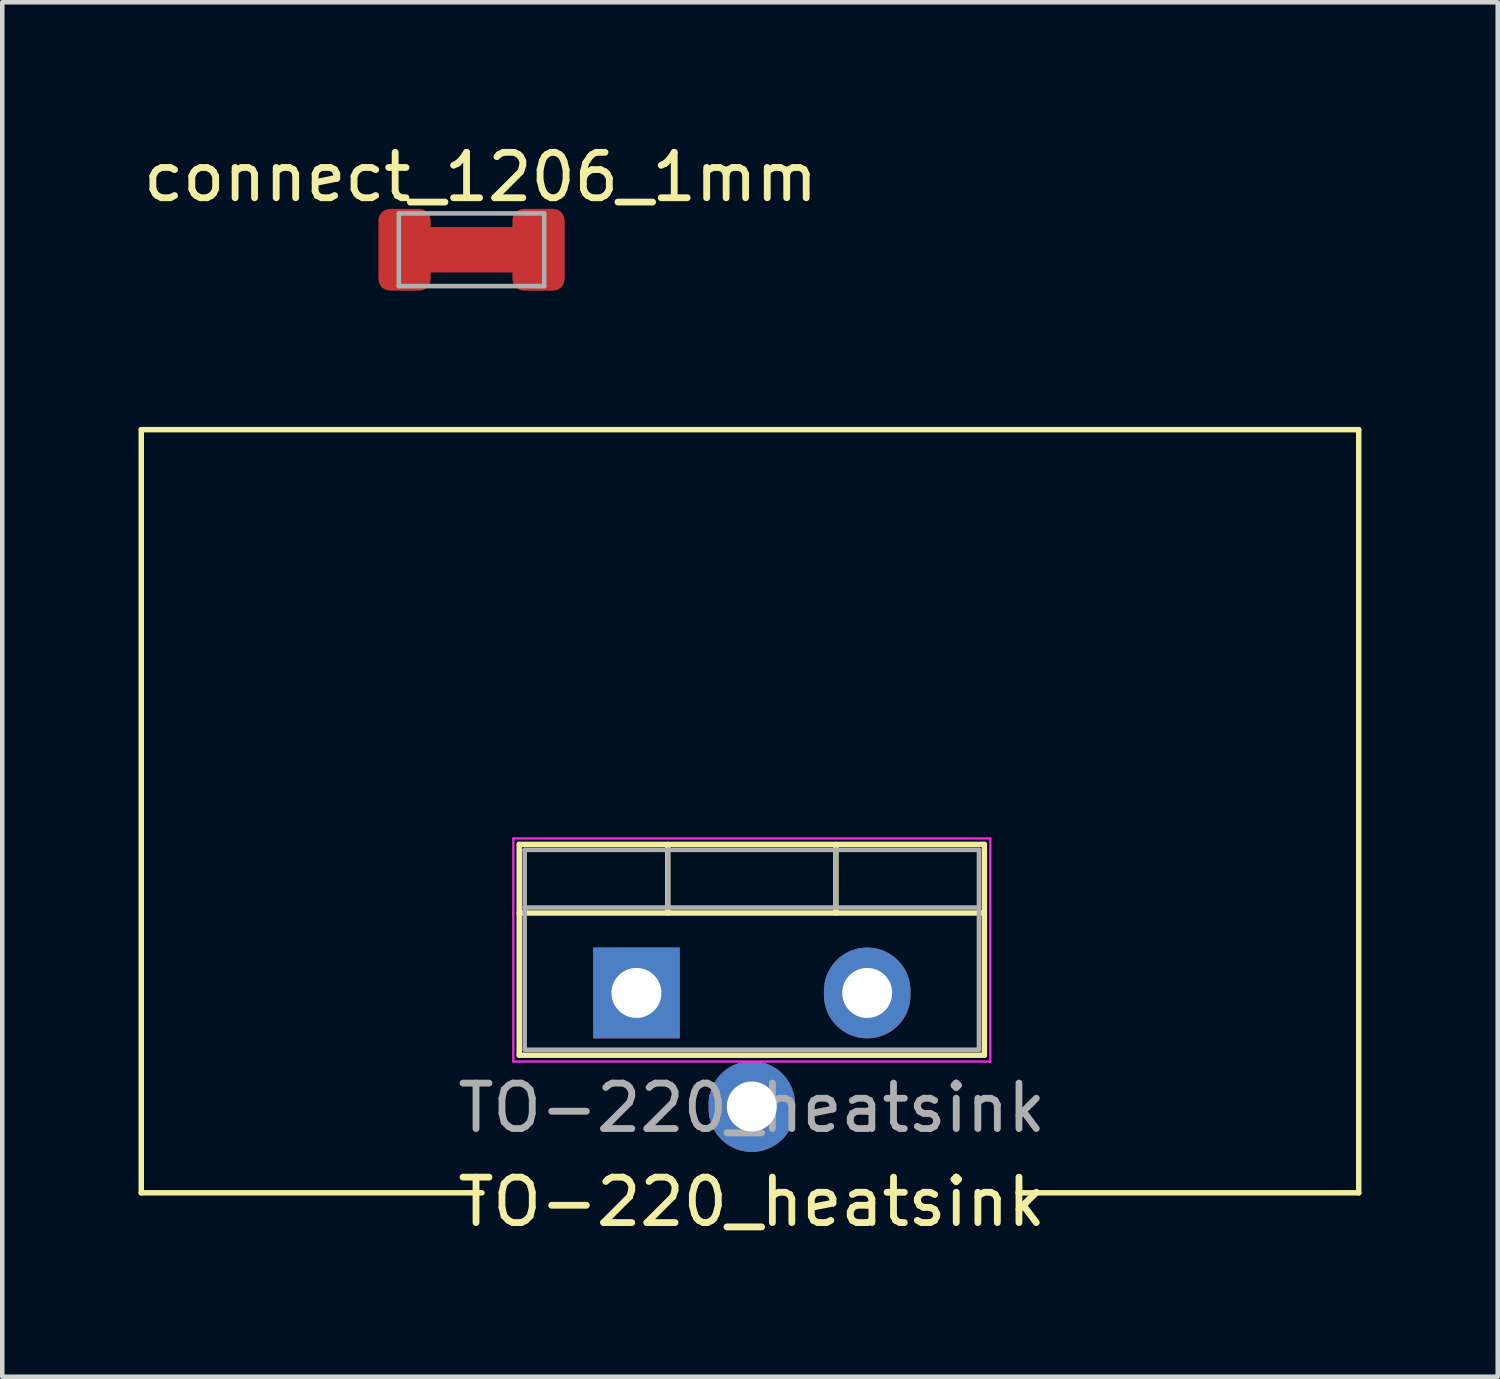
<source format=kicad_pcb>
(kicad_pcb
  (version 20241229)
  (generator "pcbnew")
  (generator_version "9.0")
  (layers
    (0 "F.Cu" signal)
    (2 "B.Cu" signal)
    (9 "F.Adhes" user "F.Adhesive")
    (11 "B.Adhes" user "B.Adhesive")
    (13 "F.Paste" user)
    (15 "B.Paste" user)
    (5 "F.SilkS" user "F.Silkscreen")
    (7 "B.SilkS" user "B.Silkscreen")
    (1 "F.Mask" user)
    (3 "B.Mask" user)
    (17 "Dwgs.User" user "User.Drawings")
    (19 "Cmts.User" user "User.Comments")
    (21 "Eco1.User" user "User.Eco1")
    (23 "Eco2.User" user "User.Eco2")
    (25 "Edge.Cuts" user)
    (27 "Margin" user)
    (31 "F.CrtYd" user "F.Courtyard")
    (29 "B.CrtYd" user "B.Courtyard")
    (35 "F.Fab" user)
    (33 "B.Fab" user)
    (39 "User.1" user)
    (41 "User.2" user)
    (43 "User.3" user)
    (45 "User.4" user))
  (footprint "TO-220_heatsink"
    (layer "F.Cu")
    (at 10.96 18.808)
    (property "Reference" "TO-220_heatsink" (at 2.54 4.6 0) (layer "F.SilkS") (effects (font (size 1 1) (thickness 0.15))))
    (attr through_hole)
    (fp_line (start -10.9 -12.4) (end -10.9 4.4) (stroke (width 0.12) (type solid)) (layer "F.SilkS"))
    (fp_line (start -10.9 4.4) (end -3.4 4.4) (stroke (width 0.12) (type solid)) (layer "F.SilkS"))
    (fp_line (start -2.58 -3.27) (end -2.58 1.371) (stroke (width 0.12) (type solid)) (layer "F.SilkS"))
    (fp_line (start -2.58 -3.27) (end 7.66 -3.27) (stroke (width 0.12) (type solid)) (layer "F.SilkS"))
    (fp_line (start -2.58 -1.76) (end 7.66 -1.76) (stroke (width 0.12) (type solid)) (layer "F.SilkS"))
    (fp_line (start -2.58 1.371) (end 7.66 1.371) (stroke (width 0.12) (type solid)) (layer "F.SilkS"))
    (fp_line (start 0.69 -3.27) (end 0.69 -1.76) (stroke (width 0.12) (type solid)) (layer "F.SilkS"))
    (fp_line (start 4.391 -3.27) (end 4.391 -1.76) (stroke (width 0.12) (type solid)) (layer "F.SilkS"))
    (fp_line (start 7.66 -3.27) (end 7.66 1.371) (stroke (width 0.12) (type solid)) (layer "F.SilkS"))
    (fp_line (start 15.9 -12.4) (end -10.9 -12.4) (stroke (width 0.12) (type solid)) (layer "F.SilkS"))
    (fp_line (start 15.9 -12.4) (end 15.9 4.4) (stroke (width 0.12) (type solid)) (layer "F.SilkS"))
    (fp_line (start 15.9 4.4) (end 8.4 4.4) (stroke (width 0.12) (type solid)) (layer "F.SilkS"))
    (fp_line (start -2.71 -3.4) (end -2.71 1.51) (stroke (width 0.05) (type solid)) (layer "F.CrtYd"))
    (fp_line (start -2.71 1.51) (end 7.79 1.51) (stroke (width 0.05) (type solid)) (layer "F.CrtYd"))
    (fp_line (start 7.79 -3.4) (end -2.71 -3.4) (stroke (width 0.05) (type solid)) (layer "F.CrtYd"))
    (fp_line (start 7.79 1.51) (end 7.79 -3.4) (stroke (width 0.05) (type solid)) (layer "F.CrtYd"))
    (fp_line (start -2.46 -3.15) (end -2.46 1.25) (stroke (width 0.1) (type solid)) (layer "F.Fab"))
    (fp_line (start -2.46 -1.88) (end 7.54 -1.88) (stroke (width 0.1) (type solid)) (layer "F.Fab"))
    (fp_line (start -2.46 1.25) (end 7.54 1.25) (stroke (width 0.1) (type solid)) (layer "F.Fab"))
    (fp_line (start 0.69 -3.15) (end 0.69 -1.88) (stroke (width 0.1) (type solid)) (layer "F.Fab"))
    (fp_line (start 4.39 -3.15) (end 4.39 -1.88) (stroke (width 0.1) (type solid)) (layer "F.Fab"))
    (fp_line (start 7.54 -3.15) (end -2.46 -3.15) (stroke (width 0.1) (type solid)) (layer "F.Fab"))
    (fp_line (start 7.54 1.25) (end 7.54 -3.15) (stroke (width 0.1) (type solid)) (layer "F.Fab"))
    (fp_text user "${REFERENCE}" (at 2.54 2.53 0) (layer "F.Fab") (effects (font (size 1 1) (thickness 0.15))))
    (pad "1" thru_hole rect (at 0 0) (size 1.905 2) (drill 1.1) (layers "*.Cu" "*.Mask"))
    (pad "2" thru_hole oval (at 2.54 2.5) (size 1.905 2) (drill 1.1) (layers "*.Cu" "*.Mask"))
    (pad "3" thru_hole oval (at 5.08 0) (size 1.905 2) (drill 1.1) (layers "*.Cu" "*.Mask")))
  (footprint "connect_1206_1mm"
    (layer "F.Cu")
    (at 7.33 2.448)
    (property "Reference" "connect_1206_1mm" (at 0.2 -1.6 0) (layer "F.SilkS") (effects (font (size 1 1) (thickness 0.15))))
    (attr through_hole)
    (fp_line (start -1.5 0) (end 1.5 0) (stroke (width 1) (type solid)) (layer "F.Cu"))
    (fp_line (start -1.6 -0.8) (end 1.6 -0.8) (stroke (width 0.1) (type solid)) (layer "F.Fab"))
    (fp_line (start -1.6 0.8) (end -1.6 -0.8) (stroke (width 0.1) (type solid)) (layer "F.Fab"))
    (fp_line (start 1.6 -0.8) (end 1.6 0.8) (stroke (width 0.1) (type solid)) (layer "F.Fab"))
    (fp_line (start 1.6 0.8) (end -1.6 0.8) (stroke (width 0.1) (type solid)) (layer "F.Fab"))
    (pad "1" smd roundrect (at -1.475 0) (size 1.15 1.8) (layers "F.Cu" "F.Paste") (roundrect_rratio 0.217))
    (pad "2" smd roundrect (at 1.475 0) (size 1.15 1.8) (layers "F.Cu" "F.Paste") (roundrect_rratio 0.217)))
  (gr_rect
    (start -3 -3)
    (end 29.92 27.256)
    (stroke (width 0.1) (type default))
    (fill no)
    (layer "Edge.Cuts")))
</source>
